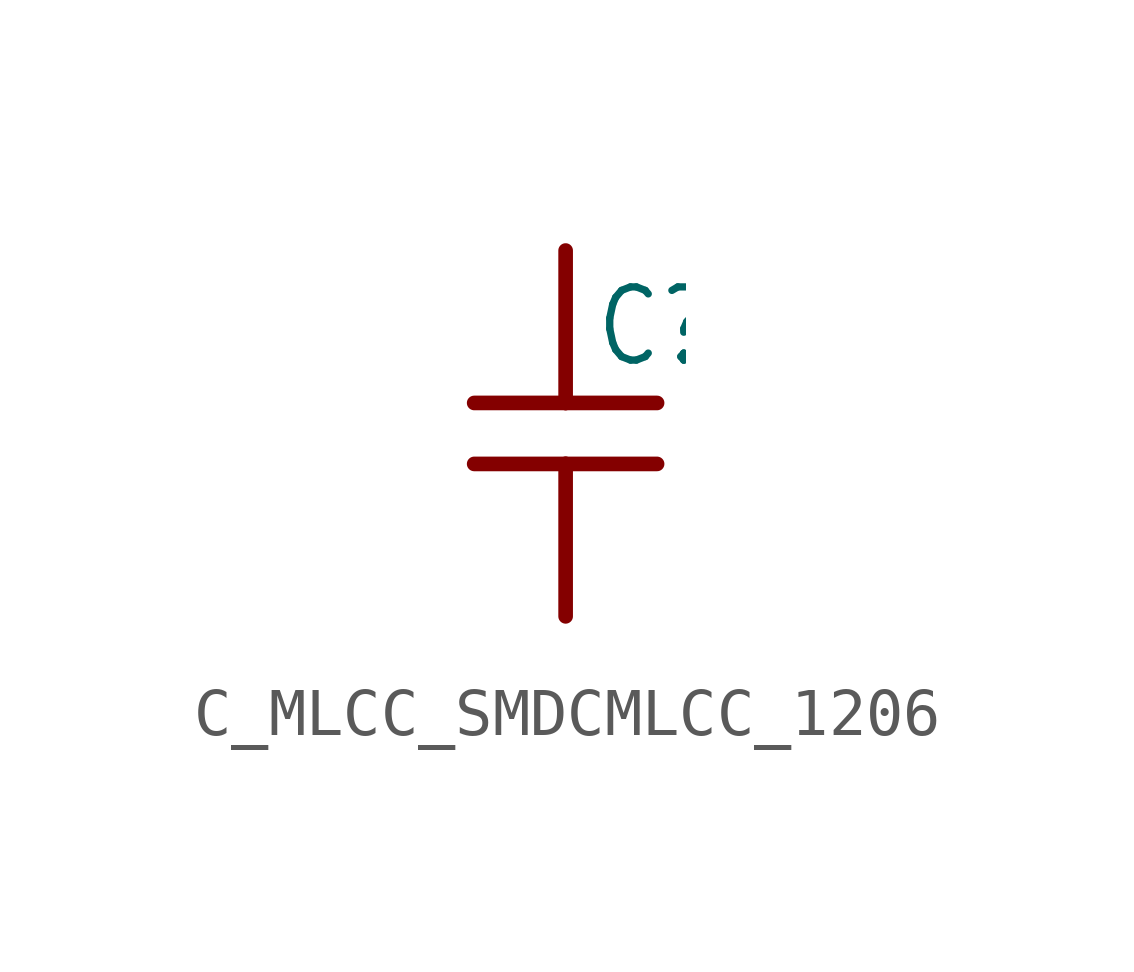
<source format=kicad_sym>
(kicad_symbol_lib
  (version 20231120)
  (generator "kicad_symbol_editor")
  (generator_version "8.0")
  (symbol "C_MLCC_SMDCMLCC_1206"
    (property "Reference" "C"
      (at 0.572 0.064 0)
      (effects (font (size 1.524 1.295)) (justify left bottom)))
    (property "Value" ""
      (at 0.572 -4.381 0)
      (effects (font (size 1.524 1.295)) (justify left bottom)))
    (property "ki_locked" ""
      (at 0 0 0)
      (effects (font (size 1.27 1.27))))
    (symbol "C_MLCC_SMDCMLCC_1206_1_0"
      (polyline (pts (xy -1.905 -1.905) (xy 0 -1.905)) (stroke (width 0.305) (type solid)) (fill (type none)))
      (polyline (pts (xy 0 -1.905) (xy 0 -5.08)) (stroke (width 0.305) (type solid)) (fill (type none)))
      (polyline (pts (xy 0 -1.905) (xy 1.905 -1.905)) (stroke (width 0.305) (type solid)) (fill (type none)))
      (polyline (pts (xy 0 -0.635) (xy -1.905 -0.635)) (stroke (width 0.305) (type solid)) (fill (type none)))
      (polyline (pts (xy 0 -0.635) (xy 0 2.54)) (stroke (width 0.305) (type solid)) (fill (type none)))
      (polyline (pts (xy 1.905 -0.635) (xy 0 -0.635)) (stroke (width 0.305) (type solid)) (fill (type none)))
      (pin passive line (at 0 2.54 270) (length 0) (name "1" (effects (font (size 0 0)))) (number "P$1" (effects (font (size 0 0)))))
      (pin passive line (at 0 -5.08 90) (length 0) (name "2" (effects (font (size 0 0)))) (number "P$2" (effects (font (size 0 0))))))))
</source>
